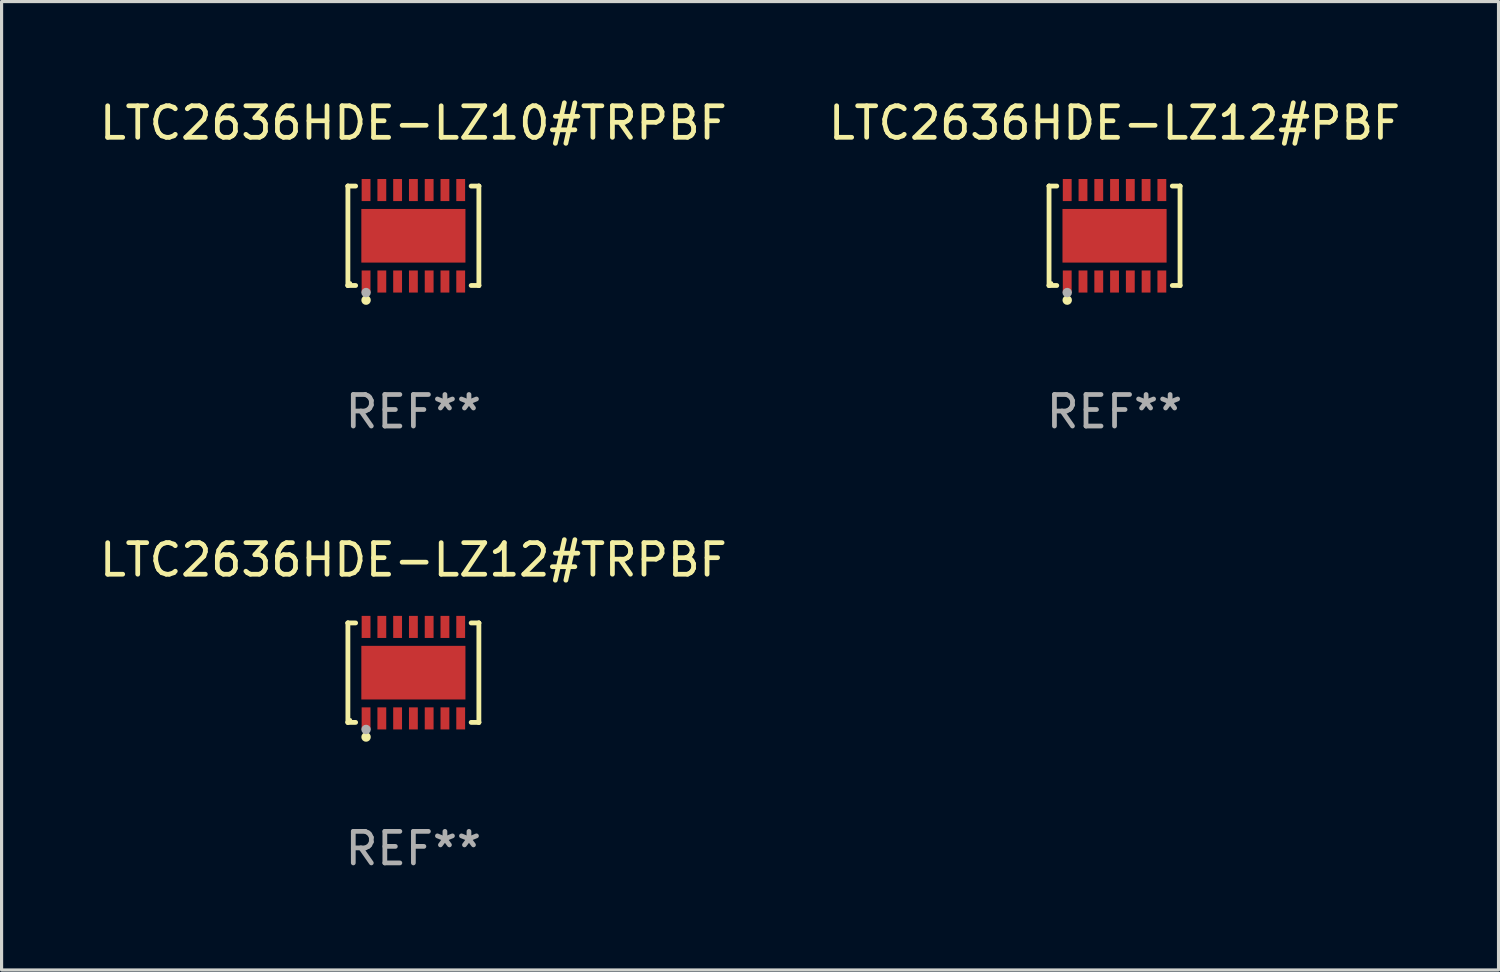
<source format=kicad_pcb>
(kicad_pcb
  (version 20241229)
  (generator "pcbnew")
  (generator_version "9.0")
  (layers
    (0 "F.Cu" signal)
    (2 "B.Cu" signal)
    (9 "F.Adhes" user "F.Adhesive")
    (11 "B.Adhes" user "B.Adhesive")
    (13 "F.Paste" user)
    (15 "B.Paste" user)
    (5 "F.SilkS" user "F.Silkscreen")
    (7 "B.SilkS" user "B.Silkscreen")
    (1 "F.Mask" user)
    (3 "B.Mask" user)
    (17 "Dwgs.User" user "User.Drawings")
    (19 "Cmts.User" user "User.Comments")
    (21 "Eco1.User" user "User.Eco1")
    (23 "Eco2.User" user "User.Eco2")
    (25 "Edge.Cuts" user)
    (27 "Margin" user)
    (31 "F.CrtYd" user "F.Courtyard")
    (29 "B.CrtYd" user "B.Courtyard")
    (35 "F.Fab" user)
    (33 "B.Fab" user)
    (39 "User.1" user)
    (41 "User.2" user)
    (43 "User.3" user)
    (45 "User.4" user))
  (footprint "LTC2636HDE-LZ12#TRPBF"
    (layer "F.Cu")
    (at 10.054 18.273)
    (property "Reference" "LTC2636HDE-LZ12#TRPBF" (at 0 -3.576 0) (layer "F.SilkS") (effects (font (size 1 1) (thickness 0.15))))
    (attr through_hole)
    (fp_line (start -2.076 -1.576) (end -2.076 -1.576) (stroke (width 0.152) (type solid)) (layer "F.SilkS"))
    (fp_line (start -2.076 -1.576) (end -1.831 -1.576) (stroke (width 0.152) (type solid)) (layer "F.SilkS"))
    (fp_line (start -2.076 1.576) (end -2.076 -1.576) (stroke (width 0.152) (type solid)) (layer "F.SilkS"))
    (fp_line (start -2.076 1.576) (end -2.076 1.576) (stroke (width 0.152) (type solid)) (layer "F.SilkS"))
    (fp_line (start -1.831 1.576) (end -2.076 1.576) (stroke (width 0.152) (type solid)) (layer "F.SilkS"))
    (fp_line (start 1.831 1.576) (end 2.076 1.576) (stroke (width 0.152) (type solid)) (layer "F.SilkS"))
    (fp_line (start 2.076 -1.576) (end 1.831 -1.576) (stroke (width 0.152) (type solid)) (layer "F.SilkS"))
    (fp_line (start 2.076 -1.576) (end 2.076 -1.576) (stroke (width 0.152) (type solid)) (layer "F.SilkS"))
    (fp_line (start 2.076 1.576) (end 2.076 -1.576) (stroke (width 0.152) (type solid)) (layer "F.SilkS"))
    (fp_line (start 2.076 1.576) (end 2.076 1.576) (stroke (width 0.152) (type solid)) (layer "F.SilkS"))
    (fp_circle (center -2 1.5) (end -1.97 1.5) (stroke (width 0.06) (type solid)) (fill no) (layer "F.SilkS"))
    (fp_circle (center -1.5 2.04) (end -1.425 2.04) (stroke (width 0.15) (type solid)) (fill no) (layer "F.SilkS"))
    (fp_circle (center -1.5 1.8) (end -1.425 1.8) (stroke (width 0.15) (type solid)) (fill no) (layer "F.Fab"))
    (fp_text user "REF**" (at 0 5.576 0) (layer "F.Fab") (effects (font (size 1 1) (thickness 0.15))))
    (pad "1" smd rect (at -1.5 1.45) (size 0.28 0.7) (layers "F.Cu" "F.Mask" "F.Paste"))
    (pad "2" smd rect (at -1 1.45) (size 0.28 0.7) (layers "F.Cu" "F.Mask" "F.Paste"))
    (pad "3" smd rect (at -0.5 1.45) (size 0.28 0.7) (layers "F.Cu" "F.Mask" "F.Paste"))
    (pad "4" smd rect (at 0 1.45) (size 0.28 0.7) (layers "F.Cu" "F.Mask" "F.Paste"))
    (pad "5" smd rect (at 0.5 1.45) (size 0.28 0.7) (layers "F.Cu" "F.Mask" "F.Paste"))
    (pad "6" smd rect (at 1 1.45) (size 0.28 0.7) (layers "F.Cu" "F.Mask" "F.Paste"))
    (pad "7" smd rect (at 1.5 1.45) (size 0.28 0.7) (layers "F.Cu" "F.Mask" "F.Paste"))
    (pad "8" smd rect (at 1.5 -1.45) (size 0.28 0.7) (layers "F.Cu" "F.Mask" "F.Paste"))
    (pad "9" smd rect (at 1 -1.45) (size 0.28 0.7) (layers "F.Cu" "F.Mask" "F.Paste"))
    (pad "10" smd rect (at 0.5 -1.45) (size 0.28 0.7) (layers "F.Cu" "F.Mask" "F.Paste"))
    (pad "11" smd rect (at 0 -1.45) (size 0.28 0.7) (layers "F.Cu" "F.Mask" "F.Paste"))
    (pad "12" smd rect (at -0.5 -1.45) (size 0.28 0.7) (layers "F.Cu" "F.Mask" "F.Paste"))
    (pad "13" smd rect (at -1 -1.45) (size 0.28 0.7) (layers "F.Cu" "F.Mask" "F.Paste"))
    (pad "14" smd rect (at -1.5 -1.45) (size 0.28 0.7) (layers "F.Cu" "F.Mask" "F.Paste"))
    (pad "15" smd rect (at 0 0) (size 3.3 1.7) (layers "F.Cu" "F.Mask" "F.Paste")))
  (footprint "LTC2636HDE-LZ10#TRPBF"
    (layer "F.Cu")
    (at 10.054 4.424)
    (property "Reference" "LTC2636HDE-LZ10#TRPBF" (at 0 -3.576 0) (layer "F.SilkS") (effects (font (size 1 1) (thickness 0.15))))
    (attr through_hole)
    (fp_line (start -2.076 -1.576) (end -2.076 -1.576) (stroke (width 0.152) (type solid)) (layer "F.SilkS"))
    (fp_line (start -2.076 -1.576) (end -1.831 -1.576) (stroke (width 0.152) (type solid)) (layer "F.SilkS"))
    (fp_line (start -2.076 1.576) (end -2.076 -1.576) (stroke (width 0.152) (type solid)) (layer "F.SilkS"))
    (fp_line (start -2.076 1.576) (end -2.076 1.576) (stroke (width 0.152) (type solid)) (layer "F.SilkS"))
    (fp_line (start -1.831 1.576) (end -2.076 1.576) (stroke (width 0.152) (type solid)) (layer "F.SilkS"))
    (fp_line (start 1.831 1.576) (end 2.076 1.576) (stroke (width 0.152) (type solid)) (layer "F.SilkS"))
    (fp_line (start 2.076 -1.576) (end 1.831 -1.576) (stroke (width 0.152) (type solid)) (layer "F.SilkS"))
    (fp_line (start 2.076 -1.576) (end 2.076 -1.576) (stroke (width 0.152) (type solid)) (layer "F.SilkS"))
    (fp_line (start 2.076 1.576) (end 2.076 -1.576) (stroke (width 0.152) (type solid)) (layer "F.SilkS"))
    (fp_line (start 2.076 1.576) (end 2.076 1.576) (stroke (width 0.152) (type solid)) (layer "F.SilkS"))
    (fp_circle (center -2 1.5) (end -1.97 1.5) (stroke (width 0.06) (type solid)) (fill no) (layer "F.SilkS"))
    (fp_circle (center -1.5 2.04) (end -1.425 2.04) (stroke (width 0.15) (type solid)) (fill no) (layer "F.SilkS"))
    (fp_circle (center -1.5 1.8) (end -1.425 1.8) (stroke (width 0.15) (type solid)) (fill no) (layer "F.Fab"))
    (fp_text user "REF**" (at 0 5.576 0) (layer "F.Fab") (effects (font (size 1 1) (thickness 0.15))))
    (pad "1" smd rect (at -1.5 1.45) (size 0.28 0.7) (layers "F.Cu" "F.Mask" "F.Paste"))
    (pad "2" smd rect (at -1 1.45) (size 0.28 0.7) (layers "F.Cu" "F.Mask" "F.Paste"))
    (pad "3" smd rect (at -0.5 1.45) (size 0.28 0.7) (layers "F.Cu" "F.Mask" "F.Paste"))
    (pad "4" smd rect (at 0 1.45) (size 0.28 0.7) (layers "F.Cu" "F.Mask" "F.Paste"))
    (pad "5" smd rect (at 0.5 1.45) (size 0.28 0.7) (layers "F.Cu" "F.Mask" "F.Paste"))
    (pad "6" smd rect (at 1 1.45) (size 0.28 0.7) (layers "F.Cu" "F.Mask" "F.Paste"))
    (pad "7" smd rect (at 1.5 1.45) (size 0.28 0.7) (layers "F.Cu" "F.Mask" "F.Paste"))
    (pad "8" smd rect (at 1.5 -1.45) (size 0.28 0.7) (layers "F.Cu" "F.Mask" "F.Paste"))
    (pad "9" smd rect (at 1 -1.45) (size 0.28 0.7) (layers "F.Cu" "F.Mask" "F.Paste"))
    (pad "10" smd rect (at 0.5 -1.45) (size 0.28 0.7) (layers "F.Cu" "F.Mask" "F.Paste"))
    (pad "11" smd rect (at 0 -1.45) (size 0.28 0.7) (layers "F.Cu" "F.Mask" "F.Paste"))
    (pad "12" smd rect (at -0.5 -1.45) (size 0.28 0.7) (layers "F.Cu" "F.Mask" "F.Paste"))
    (pad "13" smd rect (at -1 -1.45) (size 0.28 0.7) (layers "F.Cu" "F.Mask" "F.Paste"))
    (pad "14" smd rect (at -1.5 -1.45) (size 0.28 0.7) (layers "F.Cu" "F.Mask" "F.Paste"))
    (pad "15" smd rect (at 0 0) (size 3.3 1.7) (layers "F.Cu" "F.Mask" "F.Paste")))
  (footprint "LTC2636HDE-LZ12#PBF"
    (layer "F.Cu")
    (at 32.28 4.424)
    (property "Reference" "LTC2636HDE-LZ12#PBF" (at 0 -3.576 0) (layer "F.SilkS") (effects (font (size 1 1) (thickness 0.15))))
    (attr through_hole)
    (fp_line (start -2.076 -1.576) (end -2.076 -1.576) (stroke (width 0.152) (type solid)) (layer "F.SilkS"))
    (fp_line (start -2.076 -1.576) (end -1.831 -1.576) (stroke (width 0.152) (type solid)) (layer "F.SilkS"))
    (fp_line (start -2.076 1.576) (end -2.076 -1.576) (stroke (width 0.152) (type solid)) (layer "F.SilkS"))
    (fp_line (start -2.076 1.576) (end -2.076 1.576) (stroke (width 0.152) (type solid)) (layer "F.SilkS"))
    (fp_line (start -1.831 1.576) (end -2.076 1.576) (stroke (width 0.152) (type solid)) (layer "F.SilkS"))
    (fp_line (start 1.831 1.576) (end 2.076 1.576) (stroke (width 0.152) (type solid)) (layer "F.SilkS"))
    (fp_line (start 2.076 -1.576) (end 1.831 -1.576) (stroke (width 0.152) (type solid)) (layer "F.SilkS"))
    (fp_line (start 2.076 -1.576) (end 2.076 -1.576) (stroke (width 0.152) (type solid)) (layer "F.SilkS"))
    (fp_line (start 2.076 1.576) (end 2.076 -1.576) (stroke (width 0.152) (type solid)) (layer "F.SilkS"))
    (fp_line (start 2.076 1.576) (end 2.076 1.576) (stroke (width 0.152) (type solid)) (layer "F.SilkS"))
    (fp_circle (center -2 1.5) (end -1.97 1.5) (stroke (width 0.06) (type solid)) (fill no) (layer "F.SilkS"))
    (fp_circle (center -1.5 2.04) (end -1.425 2.04) (stroke (width 0.15) (type solid)) (fill no) (layer "F.SilkS"))
    (fp_circle (center -1.5 1.8) (end -1.425 1.8) (stroke (width 0.15) (type solid)) (fill no) (layer "F.Fab"))
    (fp_text user "REF**" (at 0 5.576 0) (layer "F.Fab") (effects (font (size 1 1) (thickness 0.15))))
    (pad "1" smd rect (at -1.5 1.45) (size 0.28 0.7) (layers "F.Cu" "F.Mask" "F.Paste"))
    (pad "2" smd rect (at -1 1.45) (size 0.28 0.7) (layers "F.Cu" "F.Mask" "F.Paste"))
    (pad "3" smd rect (at -0.5 1.45) (size 0.28 0.7) (layers "F.Cu" "F.Mask" "F.Paste"))
    (pad "4" smd rect (at 0 1.45) (size 0.28 0.7) (layers "F.Cu" "F.Mask" "F.Paste"))
    (pad "5" smd rect (at 0.5 1.45) (size 0.28 0.7) (layers "F.Cu" "F.Mask" "F.Paste"))
    (pad "6" smd rect (at 1 1.45) (size 0.28 0.7) (layers "F.Cu" "F.Mask" "F.Paste"))
    (pad "7" smd rect (at 1.5 1.45) (size 0.28 0.7) (layers "F.Cu" "F.Mask" "F.Paste"))
    (pad "8" smd rect (at 1.5 -1.45) (size 0.28 0.7) (layers "F.Cu" "F.Mask" "F.Paste"))
    (pad "9" smd rect (at 1 -1.45) (size 0.28 0.7) (layers "F.Cu" "F.Mask" "F.Paste"))
    (pad "10" smd rect (at 0.5 -1.45) (size 0.28 0.7) (layers "F.Cu" "F.Mask" "F.Paste"))
    (pad "11" smd rect (at 0 -1.45) (size 0.28 0.7) (layers "F.Cu" "F.Mask" "F.Paste"))
    (pad "12" smd rect (at -0.5 -1.45) (size 0.28 0.7) (layers "F.Cu" "F.Mask" "F.Paste"))
    (pad "13" smd rect (at -1 -1.45) (size 0.28 0.7) (layers "F.Cu" "F.Mask" "F.Paste"))
    (pad "14" smd rect (at -1.5 -1.45) (size 0.28 0.7) (layers "F.Cu" "F.Mask" "F.Paste"))
    (pad "15" smd rect (at 0 0) (size 3.3 1.7) (layers "F.Cu" "F.Mask" "F.Paste")))
  (gr_rect
    (start -3 -3)
    (end 44.452 27.698)
    (stroke (width 0.1) (type default))
    (fill no)
    (layer "Edge.Cuts")))
</source>
